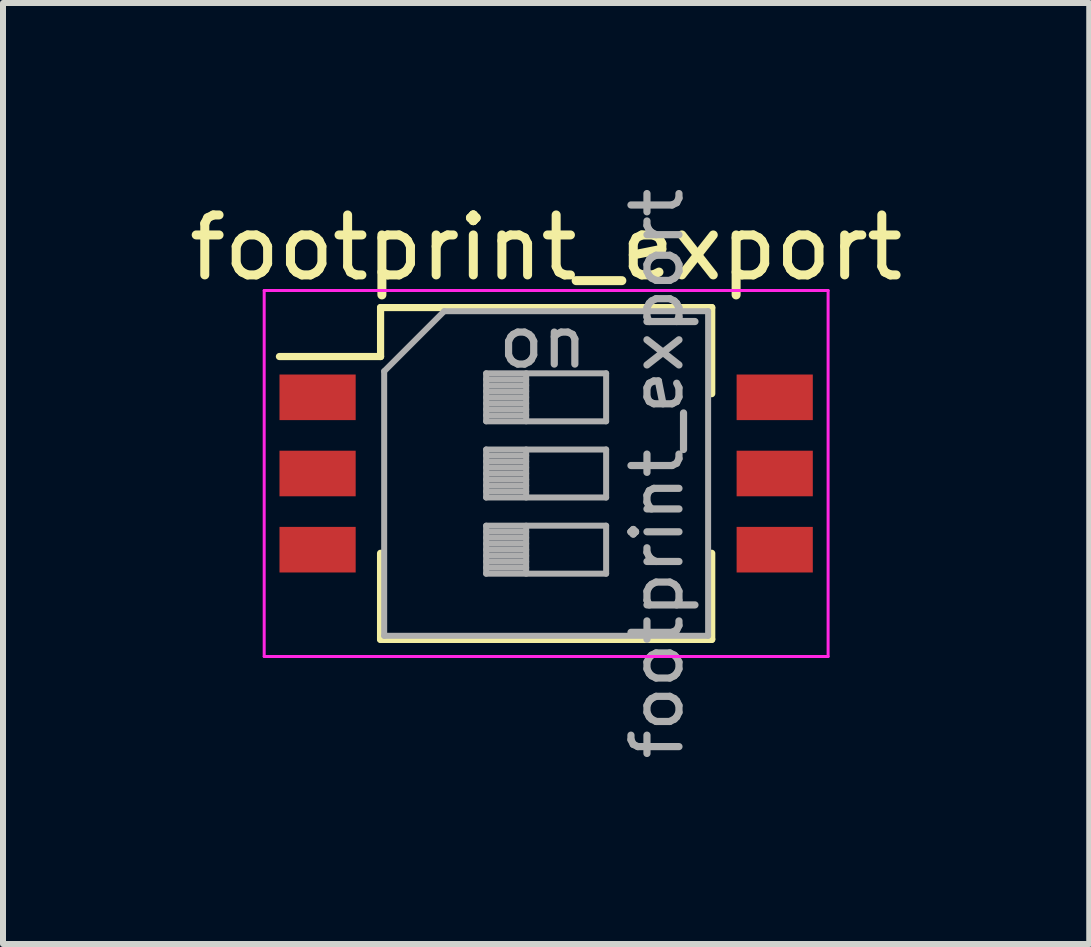
<source format=kicad_pcb>
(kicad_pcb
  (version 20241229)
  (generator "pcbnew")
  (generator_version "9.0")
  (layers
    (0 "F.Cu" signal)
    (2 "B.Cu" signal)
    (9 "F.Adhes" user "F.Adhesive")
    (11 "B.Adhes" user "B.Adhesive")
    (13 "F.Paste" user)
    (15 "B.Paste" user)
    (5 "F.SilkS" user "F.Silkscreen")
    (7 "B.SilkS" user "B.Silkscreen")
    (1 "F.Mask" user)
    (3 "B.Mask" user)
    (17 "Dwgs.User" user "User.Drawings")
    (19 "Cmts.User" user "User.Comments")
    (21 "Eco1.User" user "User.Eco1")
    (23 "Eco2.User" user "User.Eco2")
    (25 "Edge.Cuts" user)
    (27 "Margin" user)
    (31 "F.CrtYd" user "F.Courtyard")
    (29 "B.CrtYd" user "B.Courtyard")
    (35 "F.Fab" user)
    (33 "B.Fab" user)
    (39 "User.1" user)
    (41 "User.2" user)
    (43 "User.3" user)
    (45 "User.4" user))
  (footprint "footprint_export"
    (layer "F.Cu")
    (at 6.054 4.843)
    (property "Reference" "footprint_export" (at 0 -3.765 0) (layer "F.SilkS") (effects (font (size 1 1) (thickness 0.15))))
    (attr smd)
    (fp_line (start -4.446 -1.95) (end -2.76 -1.95) (stroke (width 0.12) (type solid)) (layer "F.SilkS"))
    (fp_line (start -2.76 -2.766) (end -2.76 -1.95) (stroke (width 0.12) (type solid)) (layer "F.SilkS"))
    (fp_line (start -2.76 -2.766) (end 2.76 -2.766) (stroke (width 0.12) (type solid)) (layer "F.SilkS"))
    (fp_line (start -2.76 1.33) (end -2.76 2.765) (stroke (width 0.12) (type solid)) (layer "F.SilkS"))
    (fp_line (start -2.76 2.765) (end 2.76 2.765) (stroke (width 0.12) (type solid)) (layer "F.SilkS"))
    (fp_line (start 2.76 -2.766) (end 2.76 -1.331) (stroke (width 0.12) (type solid)) (layer "F.SilkS"))
    (fp_line (start 2.76 1.33) (end 2.76 2.765) (stroke (width 0.12) (type solid)) (layer "F.SilkS"))
    (fp_line (start -4.7 -3.05) (end -4.7 3.05) (stroke (width 0.05) (type solid)) (layer "F.CrtYd"))
    (fp_line (start -4.7 3.05) (end 4.7 3.05) (stroke (width 0.05) (type solid)) (layer "F.CrtYd"))
    (fp_line (start 4.7 -3.05) (end -4.7 -3.05) (stroke (width 0.05) (type solid)) (layer "F.CrtYd"))
    (fp_line (start 4.7 3.05) (end 4.7 -3.05) (stroke (width 0.05) (type solid)) (layer "F.CrtYd"))
    (fp_line (start -2.7 -1.705) (end -1.7 -2.705) (stroke (width 0.1) (type solid)) (layer "F.Fab"))
    (fp_line (start -2.7 2.705) (end -2.7 -1.705) (stroke (width 0.1) (type solid)) (layer "F.Fab"))
    (fp_line (start -1.7 -2.705) (end 2.7 -2.705) (stroke (width 0.1) (type solid)) (layer "F.Fab"))
    (fp_line (start -1 -1.67) (end -1 -0.87) (stroke (width 0.1) (type solid)) (layer "F.Fab"))
    (fp_line (start -1 -1.57) (end -0.333 -1.57) (stroke (width 0.1) (type solid)) (layer "F.Fab"))
    (fp_line (start -1 -1.47) (end -0.333 -1.47) (stroke (width 0.1) (type solid)) (layer "F.Fab"))
    (fp_line (start -1 -1.37) (end -0.333 -1.37) (stroke (width 0.1) (type solid)) (layer "F.Fab"))
    (fp_line (start -1 -1.27) (end -0.333 -1.27) (stroke (width 0.1) (type solid)) (layer "F.Fab"))
    (fp_line (start -1 -1.17) (end -0.333 -1.17) (stroke (width 0.1) (type solid)) (layer "F.Fab"))
    (fp_line (start -1 -1.07) (end -0.333 -1.07) (stroke (width 0.1) (type solid)) (layer "F.Fab"))
    (fp_line (start -1 -0.97) (end -0.333 -0.97) (stroke (width 0.1) (type solid)) (layer "F.Fab"))
    (fp_line (start -1 -0.87) (end 1 -0.87) (stroke (width 0.1) (type solid)) (layer "F.Fab"))
    (fp_line (start -1 -0.4) (end -1 0.4) (stroke (width 0.1) (type solid)) (layer "F.Fab"))
    (fp_line (start -1 -0.3) (end -0.333 -0.3) (stroke (width 0.1) (type solid)) (layer "F.Fab"))
    (fp_line (start -1 -0.2) (end -0.333 -0.2) (stroke (width 0.1) (type solid)) (layer "F.Fab"))
    (fp_line (start -1 -0.1) (end -0.333 -0.1) (stroke (width 0.1) (type solid)) (layer "F.Fab"))
    (fp_line (start -1 0) (end -0.333 0) (stroke (width 0.1) (type solid)) (layer "F.Fab"))
    (fp_line (start -1 0.1) (end -0.333 0.1) (stroke (width 0.1) (type solid)) (layer "F.Fab"))
    (fp_line (start -1 0.2) (end -0.333 0.2) (stroke (width 0.1) (type solid)) (layer "F.Fab"))
    (fp_line (start -1 0.3) (end -0.333 0.3) (stroke (width 0.1) (type solid)) (layer "F.Fab"))
    (fp_line (start -1 0.4) (end 1 0.4) (stroke (width 0.1) (type solid)) (layer "F.Fab"))
    (fp_line (start -1 0.87) (end -1 1.67) (stroke (width 0.1) (type solid)) (layer "F.Fab"))
    (fp_line (start -1 0.97) (end -0.333 0.97) (stroke (width 0.1) (type solid)) (layer "F.Fab"))
    (fp_line (start -1 1.07) (end -0.333 1.07) (stroke (width 0.1) (type solid)) (layer "F.Fab"))
    (fp_line (start -1 1.17) (end -0.333 1.17) (stroke (width 0.1) (type solid)) (layer "F.Fab"))
    (fp_line (start -1 1.27) (end -0.333 1.27) (stroke (width 0.1) (type solid)) (layer "F.Fab"))
    (fp_line (start -1 1.37) (end -0.333 1.37) (stroke (width 0.1) (type solid)) (layer "F.Fab"))
    (fp_line (start -1 1.47) (end -0.333 1.47) (stroke (width 0.1) (type solid)) (layer "F.Fab"))
    (fp_line (start -1 1.57) (end -0.333 1.57) (stroke (width 0.1) (type solid)) (layer "F.Fab"))
    (fp_line (start -1 1.67) (end 1 1.67) (stroke (width 0.1) (type solid)) (layer "F.Fab"))
    (fp_line (start -0.333 -1.67) (end -0.333 -0.87) (stroke (width 0.1) (type solid)) (layer "F.Fab"))
    (fp_line (start -0.333 -0.4) (end -0.333 0.4) (stroke (width 0.1) (type solid)) (layer "F.Fab"))
    (fp_line (start -0.333 0.87) (end -0.333 1.67) (stroke (width 0.1) (type solid)) (layer "F.Fab"))
    (fp_line (start 1 -1.67) (end -1 -1.67) (stroke (width 0.1) (type solid)) (layer "F.Fab"))
    (fp_line (start 1 -0.87) (end 1 -1.67) (stroke (width 0.1) (type solid)) (layer "F.Fab"))
    (fp_line (start 1 -0.4) (end -1 -0.4) (stroke (width 0.1) (type solid)) (layer "F.Fab"))
    (fp_line (start 1 0.4) (end 1 -0.4) (stroke (width 0.1) (type solid)) (layer "F.Fab"))
    (fp_line (start 1 0.87) (end -1 0.87) (stroke (width 0.1) (type solid)) (layer "F.Fab"))
    (fp_line (start 1 1.67) (end 1 0.87) (stroke (width 0.1) (type solid)) (layer "F.Fab"))
    (fp_line (start 2.7 -2.705) (end 2.7 2.705) (stroke (width 0.1) (type solid)) (layer "F.Fab"))
    (fp_line (start 2.7 2.705) (end -2.7 2.705) (stroke (width 0.1) (type solid)) (layer "F.Fab"))
    (fp_text user "on" (at -0.055 -2.188 0) (layer "F.Fab") (effects (font (size 0.8 0.8) (thickness 0.12))))
    (fp_text user "${REFERENCE}" (at 1.85 0 90) (layer "F.Fab") (effects (font (size 0.8 0.8) (thickness 0.12))))
    (pad "1" smd rect (at -3.81 -1.27) (size 1.27 0.76) (layers "F.Cu" "F.Mask" "F.Paste"))
    (pad "2" smd rect (at -3.81 0) (size 1.27 0.76) (layers "F.Cu" "F.Mask" "F.Paste"))
    (pad "3" smd rect (at -3.81 1.27) (size 1.27 0.76) (layers "F.Cu" "F.Mask" "F.Paste"))
    (pad "4" smd rect (at 3.81 1.27) (size 1.27 0.76) (layers "F.Cu" "F.Mask" "F.Paste"))
    (pad "5" smd rect (at 3.81 0) (size 1.27 0.76) (layers "F.Cu" "F.Mask" "F.Paste"))
    (pad "6" smd rect (at 3.81 -1.27) (size 1.27 0.76) (layers "F.Cu" "F.Mask" "F.Paste")))
  (gr_rect
    (start -3 -3)
    (end 15.107 12.686)
    (stroke (width 0.1) (type default))
    (fill no)
    (layer "Edge.Cuts")))
</source>
